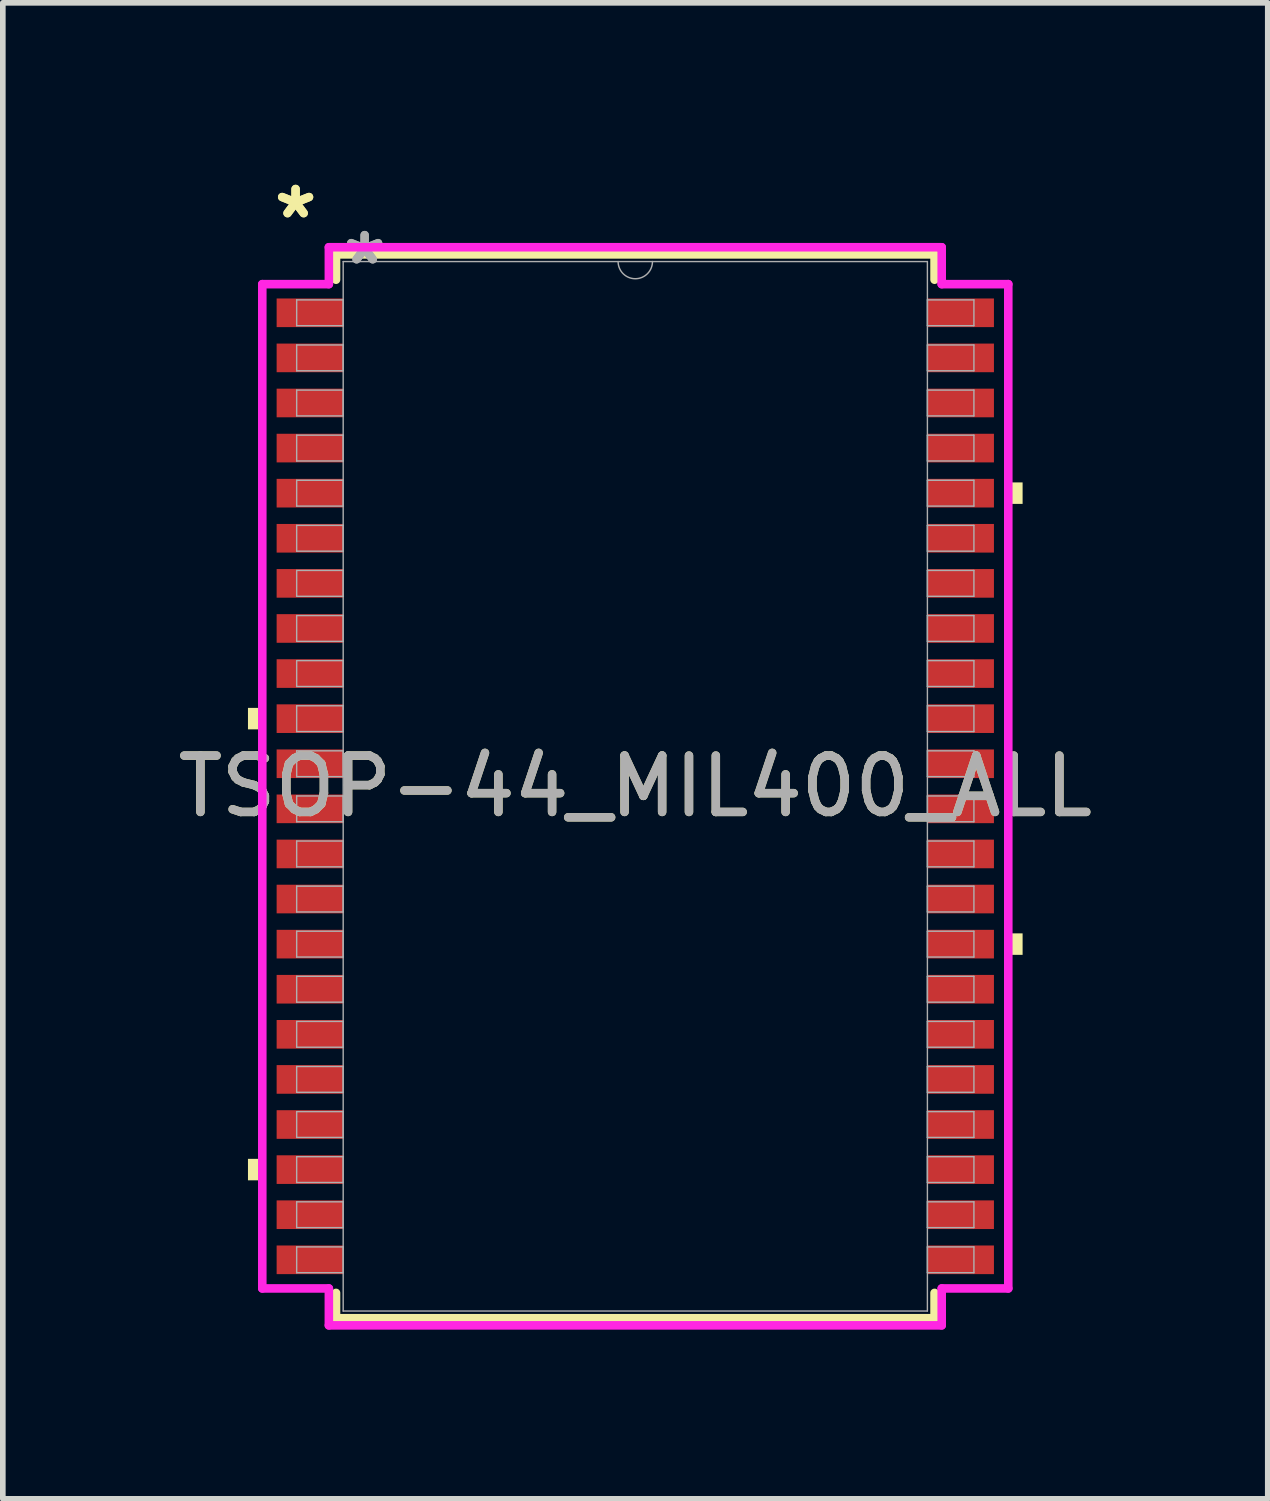
<source format=kicad_pcb>
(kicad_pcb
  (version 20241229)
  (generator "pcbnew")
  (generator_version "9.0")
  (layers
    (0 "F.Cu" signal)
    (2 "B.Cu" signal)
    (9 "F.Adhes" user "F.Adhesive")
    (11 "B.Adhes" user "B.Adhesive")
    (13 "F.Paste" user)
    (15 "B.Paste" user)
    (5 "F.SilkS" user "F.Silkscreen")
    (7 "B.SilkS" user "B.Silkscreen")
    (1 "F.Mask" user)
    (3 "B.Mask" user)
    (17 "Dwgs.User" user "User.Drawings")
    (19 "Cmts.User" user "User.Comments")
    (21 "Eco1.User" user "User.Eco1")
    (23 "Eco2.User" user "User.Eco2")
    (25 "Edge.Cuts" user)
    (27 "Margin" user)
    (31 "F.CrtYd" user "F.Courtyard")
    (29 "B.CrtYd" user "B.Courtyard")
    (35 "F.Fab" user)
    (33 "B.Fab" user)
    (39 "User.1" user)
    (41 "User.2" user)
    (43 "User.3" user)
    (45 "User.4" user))
  (footprint "TSOP-44_MIL400_ALL"
    (layer "F.Cu")
    (at 8.22 10.899)
    (property "Reference" "TSOP-44_MIL400_ALL" (at 0 0 0) (unlocked yes) (layer "F.SilkS") (effects (font (size 1 1) (thickness 0.15))))
    (attr smd)
    (fp_line (start -5.309 -9.436) (end -5.309 -8.987) (stroke (width 0.152) (type solid)) (layer "F.SilkS"))
    (fp_line (start -5.309 8.987) (end -5.309 9.436) (stroke (width 0.152) (type solid)) (layer "F.SilkS"))
    (fp_line (start -5.309 9.436) (end 5.309 9.436) (stroke (width 0.152) (type solid)) (layer "F.SilkS"))
    (fp_line (start 5.309 -9.436) (end -5.309 -9.436) (stroke (width 0.152) (type solid)) (layer "F.SilkS"))
    (fp_line (start 5.309 -8.987) (end 5.309 -9.436) (stroke (width 0.152) (type solid)) (layer "F.SilkS"))
    (fp_line (start 5.309 9.436) (end 5.309 8.987) (stroke (width 0.152) (type solid)) (layer "F.SilkS"))
    (fp_poly (pts (xy -6.871 -1.391) (xy -6.871 -1.01) (xy -6.617 -1.01) (xy -6.617 -1.391)) (stroke (width 0) (type solid)) (fill yes) (layer "F.SilkS"))
    (fp_poly (pts (xy -6.871 6.609) (xy -6.871 6.99) (xy -6.617 6.99) (xy -6.617 6.609)) (stroke (width 0) (type solid)) (fill yes) (layer "F.SilkS"))
    (fp_poly (pts (xy 6.871 -5.391) (xy 6.871 -5.01) (xy 6.617 -5.01) (xy 6.617 -5.391)) (stroke (width 0) (type solid)) (fill yes) (layer "F.SilkS"))
    (fp_poly (pts (xy 6.871 2.609) (xy 6.871 2.99) (xy 6.617 2.99) (xy 6.617 2.609)) (stroke (width 0) (type solid)) (fill yes) (layer "F.SilkS"))
    (fp_line (start -6.617 -8.908) (end -5.436 -8.908) (stroke (width 0.152) (type solid)) (layer "F.CrtYd"))
    (fp_line (start -6.617 8.908) (end -6.617 -8.908) (stroke (width 0.152) (type solid)) (layer "F.CrtYd"))
    (fp_line (start -6.617 8.908) (end -5.436 8.908) (stroke (width 0.152) (type solid)) (layer "F.CrtYd"))
    (fp_line (start -5.436 -9.563) (end 5.436 -9.563) (stroke (width 0.152) (type solid)) (layer "F.CrtYd"))
    (fp_line (start -5.436 -8.908) (end -5.436 -9.563) (stroke (width 0.152) (type solid)) (layer "F.CrtYd"))
    (fp_line (start -5.436 9.563) (end -5.436 8.908) (stroke (width 0.152) (type solid)) (layer "F.CrtYd"))
    (fp_line (start 5.436 -9.563) (end 5.436 -8.908) (stroke (width 0.152) (type solid)) (layer "F.CrtYd"))
    (fp_line (start 5.436 8.908) (end 5.436 9.563) (stroke (width 0.152) (type solid)) (layer "F.CrtYd"))
    (fp_line (start 5.436 9.563) (end -5.436 9.563) (stroke (width 0.152) (type solid)) (layer "F.CrtYd"))
    (fp_line (start 6.617 -8.908) (end 5.436 -8.908) (stroke (width 0.152) (type solid)) (layer "F.CrtYd"))
    (fp_line (start 6.617 -8.908) (end 6.617 8.908) (stroke (width 0.152) (type solid)) (layer "F.CrtYd"))
    (fp_line (start 6.617 8.908) (end 5.436 8.908) (stroke (width 0.152) (type solid)) (layer "F.CrtYd"))
    (fp_line (start -6.007 -8.629) (end -6.007 -8.171) (stroke (width 0.025) (type solid)) (layer "F.Fab"))
    (fp_line (start -6.007 -8.171) (end -5.182 -8.171) (stroke (width 0.025) (type solid)) (layer "F.Fab"))
    (fp_line (start -6.007 -7.829) (end -6.007 -7.371) (stroke (width 0.025) (type solid)) (layer "F.Fab"))
    (fp_line (start -6.007 -7.371) (end -5.182 -7.371) (stroke (width 0.025) (type solid)) (layer "F.Fab"))
    (fp_line (start -6.007 -7.029) (end -6.007 -6.571) (stroke (width 0.025) (type solid)) (layer "F.Fab"))
    (fp_line (start -6.007 -6.571) (end -5.182 -6.571) (stroke (width 0.025) (type solid)) (layer "F.Fab"))
    (fp_line (start -6.007 -6.229) (end -6.007 -5.771) (stroke (width 0.025) (type solid)) (layer "F.Fab"))
    (fp_line (start -6.007 -5.771) (end -5.182 -5.771) (stroke (width 0.025) (type solid)) (layer "F.Fab"))
    (fp_line (start -6.007 -5.429) (end -6.007 -4.971) (stroke (width 0.025) (type solid)) (layer "F.Fab"))
    (fp_line (start -6.007 -4.971) (end -5.182 -4.971) (stroke (width 0.025) (type solid)) (layer "F.Fab"))
    (fp_line (start -6.007 -4.629) (end -6.007 -4.171) (stroke (width 0.025) (type solid)) (layer "F.Fab"))
    (fp_line (start -6.007 -4.171) (end -5.182 -4.171) (stroke (width 0.025) (type solid)) (layer "F.Fab"))
    (fp_line (start -6.007 -3.829) (end -6.007 -3.371) (stroke (width 0.025) (type solid)) (layer "F.Fab"))
    (fp_line (start -6.007 -3.371) (end -5.182 -3.371) (stroke (width 0.025) (type solid)) (layer "F.Fab"))
    (fp_line (start -6.007 -3.029) (end -6.007 -2.571) (stroke (width 0.025) (type solid)) (layer "F.Fab"))
    (fp_line (start -6.007 -2.571) (end -5.182 -2.571) (stroke (width 0.025) (type solid)) (layer "F.Fab"))
    (fp_line (start -6.007 -2.229) (end -6.007 -1.771) (stroke (width 0.025) (type solid)) (layer "F.Fab"))
    (fp_line (start -6.007 -1.771) (end -5.182 -1.771) (stroke (width 0.025) (type solid)) (layer "F.Fab"))
    (fp_line (start -6.007 -1.429) (end -6.007 -0.971) (stroke (width 0.025) (type solid)) (layer "F.Fab"))
    (fp_line (start -6.007 -0.971) (end -5.182 -0.971) (stroke (width 0.025) (type solid)) (layer "F.Fab"))
    (fp_line (start -6.007 -0.629) (end -6.007 -0.171) (stroke (width 0.025) (type solid)) (layer "F.Fab"))
    (fp_line (start -6.007 -0.171) (end -5.182 -0.171) (stroke (width 0.025) (type solid)) (layer "F.Fab"))
    (fp_line (start -6.007 0.171) (end -6.007 0.629) (stroke (width 0.025) (type solid)) (layer "F.Fab"))
    (fp_line (start -6.007 0.629) (end -5.182 0.629) (stroke (width 0.025) (type solid)) (layer "F.Fab"))
    (fp_line (start -6.007 0.971) (end -6.007 1.429) (stroke (width 0.025) (type solid)) (layer "F.Fab"))
    (fp_line (start -6.007 1.429) (end -5.182 1.429) (stroke (width 0.025) (type solid)) (layer "F.Fab"))
    (fp_line (start -6.007 1.771) (end -6.007 2.229) (stroke (width 0.025) (type solid)) (layer "F.Fab"))
    (fp_line (start -6.007 2.229) (end -5.182 2.229) (stroke (width 0.025) (type solid)) (layer "F.Fab"))
    (fp_line (start -6.007 2.571) (end -6.007 3.029) (stroke (width 0.025) (type solid)) (layer "F.Fab"))
    (fp_line (start -6.007 3.029) (end -5.182 3.029) (stroke (width 0.025) (type solid)) (layer "F.Fab"))
    (fp_line (start -6.007 3.371) (end -6.007 3.829) (stroke (width 0.025) (type solid)) (layer "F.Fab"))
    (fp_line (start -6.007 3.829) (end -5.182 3.829) (stroke (width 0.025) (type solid)) (layer "F.Fab"))
    (fp_line (start -6.007 4.171) (end -6.007 4.629) (stroke (width 0.025) (type solid)) (layer "F.Fab"))
    (fp_line (start -6.007 4.629) (end -5.182 4.629) (stroke (width 0.025) (type solid)) (layer "F.Fab"))
    (fp_line (start -6.007 4.971) (end -6.007 5.429) (stroke (width 0.025) (type solid)) (layer "F.Fab"))
    (fp_line (start -6.007 5.429) (end -5.182 5.429) (stroke (width 0.025) (type solid)) (layer "F.Fab"))
    (fp_line (start -6.007 5.771) (end -6.007 6.229) (stroke (width 0.025) (type solid)) (layer "F.Fab"))
    (fp_line (start -6.007 6.229) (end -5.182 6.229) (stroke (width 0.025) (type solid)) (layer "F.Fab"))
    (fp_line (start -6.007 6.571) (end -6.007 7.029) (stroke (width 0.025) (type solid)) (layer "F.Fab"))
    (fp_line (start -6.007 7.029) (end -5.182 7.029) (stroke (width 0.025) (type solid)) (layer "F.Fab"))
    (fp_line (start -6.007 7.371) (end -6.007 7.829) (stroke (width 0.025) (type solid)) (layer "F.Fab"))
    (fp_line (start -6.007 7.829) (end -5.182 7.829) (stroke (width 0.025) (type solid)) (layer "F.Fab"))
    (fp_line (start -6.007 8.171) (end -6.007 8.629) (stroke (width 0.025) (type solid)) (layer "F.Fab"))
    (fp_line (start -6.007 8.629) (end -5.182 8.629) (stroke (width 0.025) (type solid)) (layer "F.Fab"))
    (fp_line (start -5.182 -9.309) (end -5.182 9.309) (stroke (width 0.025) (type solid)) (layer "F.Fab"))
    (fp_line (start -5.182 -8.629) (end -6.007 -8.629) (stroke (width 0.025) (type solid)) (layer "F.Fab"))
    (fp_line (start -5.182 -8.171) (end -5.182 -8.629) (stroke (width 0.025) (type solid)) (layer "F.Fab"))
    (fp_line (start -5.182 -7.829) (end -6.007 -7.829) (stroke (width 0.025) (type solid)) (layer "F.Fab"))
    (fp_line (start -5.182 -7.371) (end -5.182 -7.829) (stroke (width 0.025) (type solid)) (layer "F.Fab"))
    (fp_line (start -5.182 -7.029) (end -6.007 -7.029) (stroke (width 0.025) (type solid)) (layer "F.Fab"))
    (fp_line (start -5.182 -6.571) (end -5.182 -7.029) (stroke (width 0.025) (type solid)) (layer "F.Fab"))
    (fp_line (start -5.182 -6.229) (end -6.007 -6.229) (stroke (width 0.025) (type solid)) (layer "F.Fab"))
    (fp_line (start -5.182 -5.771) (end -5.182 -6.229) (stroke (width 0.025) (type solid)) (layer "F.Fab"))
    (fp_line (start -5.182 -5.429) (end -6.007 -5.429) (stroke (width 0.025) (type solid)) (layer "F.Fab"))
    (fp_line (start -5.182 -4.971) (end -5.182 -5.429) (stroke (width 0.025) (type solid)) (layer "F.Fab"))
    (fp_line (start -5.182 -4.629) (end -6.007 -4.629) (stroke (width 0.025) (type solid)) (layer "F.Fab"))
    (fp_line (start -5.182 -4.171) (end -5.182 -4.629) (stroke (width 0.025) (type solid)) (layer "F.Fab"))
    (fp_line (start -5.182 -3.829) (end -6.007 -3.829) (stroke (width 0.025) (type solid)) (layer "F.Fab"))
    (fp_line (start -5.182 -3.371) (end -5.182 -3.829) (stroke (width 0.025) (type solid)) (layer "F.Fab"))
    (fp_line (start -5.182 -3.029) (end -6.007 -3.029) (stroke (width 0.025) (type solid)) (layer "F.Fab"))
    (fp_line (start -5.182 -2.571) (end -5.182 -3.029) (stroke (width 0.025) (type solid)) (layer "F.Fab"))
    (fp_line (start -5.182 -2.229) (end -6.007 -2.229) (stroke (width 0.025) (type solid)) (layer "F.Fab"))
    (fp_line (start -5.182 -1.771) (end -5.182 -2.229) (stroke (width 0.025) (type solid)) (layer "F.Fab"))
    (fp_line (start -5.182 -1.429) (end -6.007 -1.429) (stroke (width 0.025) (type solid)) (layer "F.Fab"))
    (fp_line (start -5.182 -0.971) (end -5.182 -1.429) (stroke (width 0.025) (type solid)) (layer "F.Fab"))
    (fp_line (start -5.182 -0.629) (end -6.007 -0.629) (stroke (width 0.025) (type solid)) (layer "F.Fab"))
    (fp_line (start -5.182 -0.171) (end -5.182 -0.629) (stroke (width 0.025) (type solid)) (layer "F.Fab"))
    (fp_line (start -5.182 0.171) (end -6.007 0.171) (stroke (width 0.025) (type solid)) (layer "F.Fab"))
    (fp_line (start -5.182 0.629) (end -5.182 0.171) (stroke (width 0.025) (type solid)) (layer "F.Fab"))
    (fp_line (start -5.182 0.971) (end -6.007 0.971) (stroke (width 0.025) (type solid)) (layer "F.Fab"))
    (fp_line (start -5.182 1.429) (end -5.182 0.971) (stroke (width 0.025) (type solid)) (layer "F.Fab"))
    (fp_line (start -5.182 1.771) (end -6.007 1.771) (stroke (width 0.025) (type solid)) (layer "F.Fab"))
    (fp_line (start -5.182 2.229) (end -5.182 1.771) (stroke (width 0.025) (type solid)) (layer "F.Fab"))
    (fp_line (start -5.182 2.571) (end -6.007 2.571) (stroke (width 0.025) (type solid)) (layer "F.Fab"))
    (fp_line (start -5.182 3.029) (end -5.182 2.571) (stroke (width 0.025) (type solid)) (layer "F.Fab"))
    (fp_line (start -5.182 3.371) (end -6.007 3.371) (stroke (width 0.025) (type solid)) (layer "F.Fab"))
    (fp_line (start -5.182 3.829) (end -5.182 3.371) (stroke (width 0.025) (type solid)) (layer "F.Fab"))
    (fp_line (start -5.182 4.171) (end -6.007 4.171) (stroke (width 0.025) (type solid)) (layer "F.Fab"))
    (fp_line (start -5.182 4.629) (end -5.182 4.171) (stroke (width 0.025) (type solid)) (layer "F.Fab"))
    (fp_line (start -5.182 4.971) (end -6.007 4.971) (stroke (width 0.025) (type solid)) (layer "F.Fab"))
    (fp_line (start -5.182 5.429) (end -5.182 4.971) (stroke (width 0.025) (type solid)) (layer "F.Fab"))
    (fp_line (start -5.182 5.771) (end -6.007 5.771) (stroke (width 0.025) (type solid)) (layer "F.Fab"))
    (fp_line (start -5.182 6.229) (end -5.182 5.771) (stroke (width 0.025) (type solid)) (layer "F.Fab"))
    (fp_line (start -5.182 6.571) (end -6.007 6.571) (stroke (width 0.025) (type solid)) (layer "F.Fab"))
    (fp_line (start -5.182 7.029) (end -5.182 6.571) (stroke (width 0.025) (type solid)) (layer "F.Fab"))
    (fp_line (start -5.182 7.371) (end -6.007 7.371) (stroke (width 0.025) (type solid)) (layer "F.Fab"))
    (fp_line (start -5.182 7.829) (end -5.182 7.371) (stroke (width 0.025) (type solid)) (layer "F.Fab"))
    (fp_line (start -5.182 8.171) (end -6.007 8.171) (stroke (width 0.025) (type solid)) (layer "F.Fab"))
    (fp_line (start -5.182 8.629) (end -5.182 8.171) (stroke (width 0.025) (type solid)) (layer "F.Fab"))
    (fp_line (start -5.182 9.309) (end 5.182 9.309) (stroke (width 0.025) (type solid)) (layer "F.Fab"))
    (fp_line (start 5.182 -9.309) (end -5.182 -9.309) (stroke (width 0.025) (type solid)) (layer "F.Fab"))
    (fp_line (start 5.182 -8.629) (end 5.182 -8.171) (stroke (width 0.025) (type solid)) (layer "F.Fab"))
    (fp_line (start 5.182 -8.171) (end 6.007 -8.171) (stroke (width 0.025) (type solid)) (layer "F.Fab"))
    (fp_line (start 5.182 -7.829) (end 5.182 -7.371) (stroke (width 0.025) (type solid)) (layer "F.Fab"))
    (fp_line (start 5.182 -7.371) (end 6.007 -7.371) (stroke (width 0.025) (type solid)) (layer "F.Fab"))
    (fp_line (start 5.182 -7.029) (end 5.182 -6.571) (stroke (width 0.025) (type solid)) (layer "F.Fab"))
    (fp_line (start 5.182 -6.571) (end 6.007 -6.571) (stroke (width 0.025) (type solid)) (layer "F.Fab"))
    (fp_line (start 5.182 -6.229) (end 5.182 -5.771) (stroke (width 0.025) (type solid)) (layer "F.Fab"))
    (fp_line (start 5.182 -5.771) (end 6.007 -5.771) (stroke (width 0.025) (type solid)) (layer "F.Fab"))
    (fp_line (start 5.182 -5.429) (end 5.182 -4.971) (stroke (width 0.025) (type solid)) (layer "F.Fab"))
    (fp_line (start 5.182 -4.971) (end 6.007 -4.971) (stroke (width 0.025) (type solid)) (layer "F.Fab"))
    (fp_line (start 5.182 -4.629) (end 5.182 -4.171) (stroke (width 0.025) (type solid)) (layer "F.Fab"))
    (fp_line (start 5.182 -4.171) (end 6.007 -4.171) (stroke (width 0.025) (type solid)) (layer "F.Fab"))
    (fp_line (start 5.182 -3.829) (end 5.182 -3.371) (stroke (width 0.025) (type solid)) (layer "F.Fab"))
    (fp_line (start 5.182 -3.371) (end 6.007 -3.371) (stroke (width 0.025) (type solid)) (layer "F.Fab"))
    (fp_line (start 5.182 -3.029) (end 5.182 -2.571) (stroke (width 0.025) (type solid)) (layer "F.Fab"))
    (fp_line (start 5.182 -2.571) (end 6.007 -2.571) (stroke (width 0.025) (type solid)) (layer "F.Fab"))
    (fp_line (start 5.182 -2.229) (end 5.182 -1.771) (stroke (width 0.025) (type solid)) (layer "F.Fab"))
    (fp_line (start 5.182 -1.771) (end 6.007 -1.771) (stroke (width 0.025) (type solid)) (layer "F.Fab"))
    (fp_line (start 5.182 -1.429) (end 5.182 -0.971) (stroke (width 0.025) (type solid)) (layer "F.Fab"))
    (fp_line (start 5.182 -0.971) (end 6.007 -0.971) (stroke (width 0.025) (type solid)) (layer "F.Fab"))
    (fp_line (start 5.182 -0.629) (end 5.182 -0.171) (stroke (width 0.025) (type solid)) (layer "F.Fab"))
    (fp_line (start 5.182 -0.171) (end 6.007 -0.171) (stroke (width 0.025) (type solid)) (layer "F.Fab"))
    (fp_line (start 5.182 0.171) (end 5.182 0.629) (stroke (width 0.025) (type solid)) (layer "F.Fab"))
    (fp_line (start 5.182 0.629) (end 6.007 0.629) (stroke (width 0.025) (type solid)) (layer "F.Fab"))
    (fp_line (start 5.182 0.971) (end 5.182 1.429) (stroke (width 0.025) (type solid)) (layer "F.Fab"))
    (fp_line (start 5.182 1.429) (end 6.007 1.429) (stroke (width 0.025) (type solid)) (layer "F.Fab"))
    (fp_line (start 5.182 1.771) (end 5.182 2.229) (stroke (width 0.025) (type solid)) (layer "F.Fab"))
    (fp_line (start 5.182 2.229) (end 6.007 2.229) (stroke (width 0.025) (type solid)) (layer "F.Fab"))
    (fp_line (start 5.182 2.571) (end 5.182 3.029) (stroke (width 0.025) (type solid)) (layer "F.Fab"))
    (fp_line (start 5.182 3.029) (end 6.007 3.029) (stroke (width 0.025) (type solid)) (layer "F.Fab"))
    (fp_line (start 5.182 3.371) (end 5.182 3.829) (stroke (width 0.025) (type solid)) (layer "F.Fab"))
    (fp_line (start 5.182 3.829) (end 6.007 3.829) (stroke (width 0.025) (type solid)) (layer "F.Fab"))
    (fp_line (start 5.182 4.171) (end 5.182 4.629) (stroke (width 0.025) (type solid)) (layer "F.Fab"))
    (fp_line (start 5.182 4.629) (end 6.007 4.629) (stroke (width 0.025) (type solid)) (layer "F.Fab"))
    (fp_line (start 5.182 4.971) (end 5.182 5.429) (stroke (width 0.025) (type solid)) (layer "F.Fab"))
    (fp_line (start 5.182 5.429) (end 6.007 5.429) (stroke (width 0.025) (type solid)) (layer "F.Fab"))
    (fp_line (start 5.182 5.771) (end 5.182 6.229) (stroke (width 0.025) (type solid)) (layer "F.Fab"))
    (fp_line (start 5.182 6.229) (end 6.007 6.229) (stroke (width 0.025) (type solid)) (layer "F.Fab"))
    (fp_line (start 5.182 6.571) (end 5.182 7.029) (stroke (width 0.025) (type solid)) (layer "F.Fab"))
    (fp_line (start 5.182 7.029) (end 6.007 7.029) (stroke (width 0.025) (type solid)) (layer "F.Fab"))
    (fp_line (start 5.182 7.371) (end 5.182 7.829) (stroke (width 0.025) (type solid)) (layer "F.Fab"))
    (fp_line (start 5.182 7.829) (end 6.007 7.829) (stroke (width 0.025) (type solid)) (layer "F.Fab"))
    (fp_line (start 5.182 8.171) (end 5.182 8.629) (stroke (width 0.025) (type solid)) (layer "F.Fab"))
    (fp_line (start 5.182 8.629) (end 6.007 8.629) (stroke (width 0.025) (type solid)) (layer "F.Fab"))
    (fp_line (start 5.182 9.309) (end 5.182 -9.309) (stroke (width 0.025) (type solid)) (layer "F.Fab"))
    (fp_line (start 6.007 -8.629) (end 5.182 -8.629) (stroke (width 0.025) (type solid)) (layer "F.Fab"))
    (fp_line (start 6.007 -8.171) (end 6.007 -8.629) (stroke (width 0.025) (type solid)) (layer "F.Fab"))
    (fp_line (start 6.007 -7.829) (end 5.182 -7.829) (stroke (width 0.025) (type solid)) (layer "F.Fab"))
    (fp_line (start 6.007 -7.371) (end 6.007 -7.829) (stroke (width 0.025) (type solid)) (layer "F.Fab"))
    (fp_line (start 6.007 -7.029) (end 5.182 -7.029) (stroke (width 0.025) (type solid)) (layer "F.Fab"))
    (fp_line (start 6.007 -6.571) (end 6.007 -7.029) (stroke (width 0.025) (type solid)) (layer "F.Fab"))
    (fp_line (start 6.007 -6.229) (end 5.182 -6.229) (stroke (width 0.025) (type solid)) (layer "F.Fab"))
    (fp_line (start 6.007 -5.771) (end 6.007 -6.229) (stroke (width 0.025) (type solid)) (layer "F.Fab"))
    (fp_line (start 6.007 -5.429) (end 5.182 -5.429) (stroke (width 0.025) (type solid)) (layer "F.Fab"))
    (fp_line (start 6.007 -4.971) (end 6.007 -5.429) (stroke (width 0.025) (type solid)) (layer "F.Fab"))
    (fp_line (start 6.007 -4.629) (end 5.182 -4.629) (stroke (width 0.025) (type solid)) (layer "F.Fab"))
    (fp_line (start 6.007 -4.171) (end 6.007 -4.629) (stroke (width 0.025) (type solid)) (layer "F.Fab"))
    (fp_line (start 6.007 -3.829) (end 5.182 -3.829) (stroke (width 0.025) (type solid)) (layer "F.Fab"))
    (fp_line (start 6.007 -3.371) (end 6.007 -3.829) (stroke (width 0.025) (type solid)) (layer "F.Fab"))
    (fp_line (start 6.007 -3.029) (end 5.182 -3.029) (stroke (width 0.025) (type solid)) (layer "F.Fab"))
    (fp_line (start 6.007 -2.571) (end 6.007 -3.029) (stroke (width 0.025) (type solid)) (layer "F.Fab"))
    (fp_line (start 6.007 -2.229) (end 5.182 -2.229) (stroke (width 0.025) (type solid)) (layer "F.Fab"))
    (fp_line (start 6.007 -1.771) (end 6.007 -2.229) (stroke (width 0.025) (type solid)) (layer "F.Fab"))
    (fp_line (start 6.007 -1.429) (end 5.182 -1.429) (stroke (width 0.025) (type solid)) (layer "F.Fab"))
    (fp_line (start 6.007 -0.971) (end 6.007 -1.429) (stroke (width 0.025) (type solid)) (layer "F.Fab"))
    (fp_line (start 6.007 -0.629) (end 5.182 -0.629) (stroke (width 0.025) (type solid)) (layer "F.Fab"))
    (fp_line (start 6.007 -0.171) (end 6.007 -0.629) (stroke (width 0.025) (type solid)) (layer "F.Fab"))
    (fp_line (start 6.007 0.171) (end 5.182 0.171) (stroke (width 0.025) (type solid)) (layer "F.Fab"))
    (fp_line (start 6.007 0.629) (end 6.007 0.171) (stroke (width 0.025) (type solid)) (layer "F.Fab"))
    (fp_line (start 6.007 0.971) (end 5.182 0.971) (stroke (width 0.025) (type solid)) (layer "F.Fab"))
    (fp_line (start 6.007 1.429) (end 6.007 0.971) (stroke (width 0.025) (type solid)) (layer "F.Fab"))
    (fp_line (start 6.007 1.771) (end 5.182 1.771) (stroke (width 0.025) (type solid)) (layer "F.Fab"))
    (fp_line (start 6.007 2.229) (end 6.007 1.771) (stroke (width 0.025) (type solid)) (layer "F.Fab"))
    (fp_line (start 6.007 2.571) (end 5.182 2.571) (stroke (width 0.025) (type solid)) (layer "F.Fab"))
    (fp_line (start 6.007 3.029) (end 6.007 2.571) (stroke (width 0.025) (type solid)) (layer "F.Fab"))
    (fp_line (start 6.007 3.371) (end 5.182 3.371) (stroke (width 0.025) (type solid)) (layer "F.Fab"))
    (fp_line (start 6.007 3.829) (end 6.007 3.371) (stroke (width 0.025) (type solid)) (layer "F.Fab"))
    (fp_line (start 6.007 4.171) (end 5.182 4.171) (stroke (width 0.025) (type solid)) (layer "F.Fab"))
    (fp_line (start 6.007 4.629) (end 6.007 4.171) (stroke (width 0.025) (type solid)) (layer "F.Fab"))
    (fp_line (start 6.007 4.971) (end 5.182 4.971) (stroke (width 0.025) (type solid)) (layer "F.Fab"))
    (fp_line (start 6.007 5.429) (end 6.007 4.971) (stroke (width 0.025) (type solid)) (layer "F.Fab"))
    (fp_line (start 6.007 5.771) (end 5.182 5.771) (stroke (width 0.025) (type solid)) (layer "F.Fab"))
    (fp_line (start 6.007 6.229) (end 6.007 5.771) (stroke (width 0.025) (type solid)) (layer "F.Fab"))
    (fp_line (start 6.007 6.571) (end 5.182 6.571) (stroke (width 0.025) (type solid)) (layer "F.Fab"))
    (fp_line (start 6.007 7.029) (end 6.007 6.571) (stroke (width 0.025) (type solid)) (layer "F.Fab"))
    (fp_line (start 6.007 7.371) (end 5.182 7.371) (stroke (width 0.025) (type solid)) (layer "F.Fab"))
    (fp_line (start 6.007 7.829) (end 6.007 7.371) (stroke (width 0.025) (type solid)) (layer "F.Fab"))
    (fp_line (start 6.007 8.171) (end 5.182 8.171) (stroke (width 0.025) (type solid)) (layer "F.Fab"))
    (fp_line (start 6.007 8.629) (end 6.007 8.171) (stroke (width 0.025) (type solid)) (layer "F.Fab"))
    (fp_arc (start 0.3048 -9.3091) (mid 0 -9.0043) (end -0.3048 -9.3091) (stroke (width 0.0254) (type solid)) (layer "F.Fab"))
    (fp_text user "*" (at -6.026 -10.051 0) (unlocked yes) (layer "F.SilkS") (effects (font (size 1 1) (thickness 0.15))))
    (fp_text user "*" (at -6.026 -10.051 0) (layer "F.SilkS") (effects (font (size 1 1) (thickness 0.15))))
    (fp_text user "*" (at -4.801 -9.233 0) (unlocked yes) (layer "F.Fab") (effects (font (size 1 1) (thickness 0.15))))
    (fp_text user "${REFERENCE}" (at 0 0 0) (unlocked yes) (layer "F.Fab") (effects (font (size 1 1) (thickness 0.15))))
    (fp_text user "*" (at -4.801 -9.233 0) (layer "F.Fab") (effects (font (size 1 1) (thickness 0.15))))
    (pad "1" smd rect (at -5.772 -8.4) (size 1.181 0.508) (layers "F.Cu" "F.Mask" "F.Paste"))
    (pad "2" smd rect (at -5.772 -7.6) (size 1.181 0.508) (layers "F.Cu" "F.Mask" "F.Paste"))
    (pad "3" smd rect (at -5.772 -6.8) (size 1.181 0.508) (layers "F.Cu" "F.Mask" "F.Paste"))
    (pad "4" smd rect (at -5.772 -6) (size 1.181 0.508) (layers "F.Cu" "F.Mask" "F.Paste"))
    (pad "5" smd rect (at -5.772 -5.2) (size 1.181 0.508) (layers "F.Cu" "F.Mask" "F.Paste"))
    (pad "6" smd rect (at -5.772 -4.4) (size 1.181 0.508) (layers "F.Cu" "F.Mask" "F.Paste"))
    (pad "7" smd rect (at -5.772 -3.6) (size 1.181 0.508) (layers "F.Cu" "F.Mask" "F.Paste"))
    (pad "8" smd rect (at -5.772 -2.8) (size 1.181 0.508) (layers "F.Cu" "F.Mask" "F.Paste"))
    (pad "9" smd rect (at -5.772 -2) (size 1.181 0.508) (layers "F.Cu" "F.Mask" "F.Paste"))
    (pad "10" smd rect (at -5.772 -1.2) (size 1.181 0.508) (layers "F.Cu" "F.Mask" "F.Paste"))
    (pad "11" smd rect (at -5.772 -0.4) (size 1.181 0.508) (layers "F.Cu" "F.Mask" "F.Paste"))
    (pad "12" smd rect (at -5.772 0.4) (size 1.181 0.508) (layers "F.Cu" "F.Mask" "F.Paste"))
    (pad "13" smd rect (at -5.772 1.2) (size 1.181 0.508) (layers "F.Cu" "F.Mask" "F.Paste"))
    (pad "14" smd rect (at -5.772 2) (size 1.181 0.508) (layers "F.Cu" "F.Mask" "F.Paste"))
    (pad "15" smd rect (at -5.772 2.8) (size 1.181 0.508) (layers "F.Cu" "F.Mask" "F.Paste"))
    (pad "16" smd rect (at -5.772 3.6) (size 1.181 0.508) (layers "F.Cu" "F.Mask" "F.Paste"))
    (pad "17" smd rect (at -5.772 4.4) (size 1.181 0.508) (layers "F.Cu" "F.Mask" "F.Paste"))
    (pad "18" smd rect (at -5.772 5.2) (size 1.181 0.508) (layers "F.Cu" "F.Mask" "F.Paste"))
    (pad "19" smd rect (at -5.772 6) (size 1.181 0.508) (layers "F.Cu" "F.Mask" "F.Paste"))
    (pad "20" smd rect (at -5.772 6.8) (size 1.181 0.508) (layers "F.Cu" "F.Mask" "F.Paste"))
    (pad "21" smd rect (at -5.772 7.6) (size 1.181 0.508) (layers "F.Cu" "F.Mask" "F.Paste"))
    (pad "22" smd rect (at -5.772 8.4) (size 1.181 0.508) (layers "F.Cu" "F.Mask" "F.Paste"))
    (pad "23" smd rect (at 5.772 8.4) (size 1.181 0.508) (layers "F.Cu" "F.Mask" "F.Paste"))
    (pad "24" smd rect (at 5.772 7.6) (size 1.181 0.508) (layers "F.Cu" "F.Mask" "F.Paste"))
    (pad "25" smd rect (at 5.772 6.8) (size 1.181 0.508) (layers "F.Cu" "F.Mask" "F.Paste"))
    (pad "26" smd rect (at 5.772 6) (size 1.181 0.508) (layers "F.Cu" "F.Mask" "F.Paste"))
    (pad "27" smd rect (at 5.772 5.2) (size 1.181 0.508) (layers "F.Cu" "F.Mask" "F.Paste"))
    (pad "28" smd rect (at 5.772 4.4) (size 1.181 0.508) (layers "F.Cu" "F.Mask" "F.Paste"))
    (pad "29" smd rect (at 5.772 3.6) (size 1.181 0.508) (layers "F.Cu" "F.Mask" "F.Paste"))
    (pad "30" smd rect (at 5.772 2.8) (size 1.181 0.508) (layers "F.Cu" "F.Mask" "F.Paste"))
    (pad "31" smd rect (at 5.772 2) (size 1.181 0.508) (layers "F.Cu" "F.Mask" "F.Paste"))
    (pad "32" smd rect (at 5.772 1.2) (size 1.181 0.508) (layers "F.Cu" "F.Mask" "F.Paste"))
    (pad "33" smd rect (at 5.772 0.4) (size 1.181 0.508) (layers "F.Cu" "F.Mask" "F.Paste"))
    (pad "34" smd rect (at 5.772 -0.4) (size 1.181 0.508) (layers "F.Cu" "F.Mask" "F.Paste"))
    (pad "35" smd rect (at 5.772 -1.2) (size 1.181 0.508) (layers "F.Cu" "F.Mask" "F.Paste"))
    (pad "36" smd rect (at 5.772 -2) (size 1.181 0.508) (layers "F.Cu" "F.Mask" "F.Paste"))
    (pad "37" smd rect (at 5.772 -2.8) (size 1.181 0.508) (layers "F.Cu" "F.Mask" "F.Paste"))
    (pad "38" smd rect (at 5.772 -3.6) (size 1.181 0.508) (layers "F.Cu" "F.Mask" "F.Paste"))
    (pad "39" smd rect (at 5.772 -4.4) (size 1.181 0.508) (layers "F.Cu" "F.Mask" "F.Paste"))
    (pad "40" smd rect (at 5.772 -5.2) (size 1.181 0.508) (layers "F.Cu" "F.Mask" "F.Paste"))
    (pad "41" smd rect (at 5.772 -6) (size 1.181 0.508) (layers "F.Cu" "F.Mask" "F.Paste"))
    (pad "42" smd rect (at 5.772 -6.8) (size 1.181 0.508) (layers "F.Cu" "F.Mask" "F.Paste"))
    (pad "43" smd rect (at 5.772 -7.6) (size 1.181 0.508) (layers "F.Cu" "F.Mask" "F.Paste"))
    (pad "44" smd rect (at 5.772 -8.4) (size 1.181 0.508) (layers "F.Cu" "F.Mask" "F.Paste")))
  (gr_rect
    (start -3 -3)
    (end 19.44 23.539)
    (stroke (width 0.1) (type default))
    (fill no)
    (layer "Edge.Cuts")))
</source>
